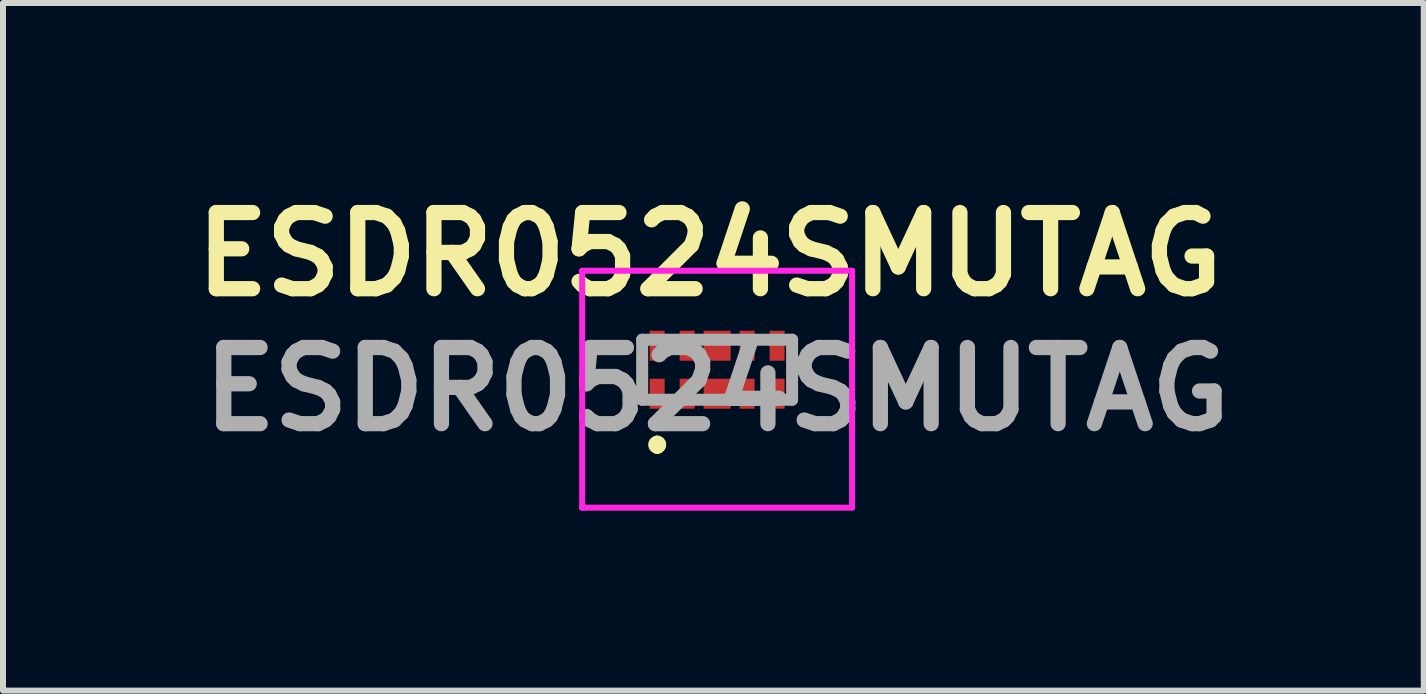
<source format=kicad_pcb>
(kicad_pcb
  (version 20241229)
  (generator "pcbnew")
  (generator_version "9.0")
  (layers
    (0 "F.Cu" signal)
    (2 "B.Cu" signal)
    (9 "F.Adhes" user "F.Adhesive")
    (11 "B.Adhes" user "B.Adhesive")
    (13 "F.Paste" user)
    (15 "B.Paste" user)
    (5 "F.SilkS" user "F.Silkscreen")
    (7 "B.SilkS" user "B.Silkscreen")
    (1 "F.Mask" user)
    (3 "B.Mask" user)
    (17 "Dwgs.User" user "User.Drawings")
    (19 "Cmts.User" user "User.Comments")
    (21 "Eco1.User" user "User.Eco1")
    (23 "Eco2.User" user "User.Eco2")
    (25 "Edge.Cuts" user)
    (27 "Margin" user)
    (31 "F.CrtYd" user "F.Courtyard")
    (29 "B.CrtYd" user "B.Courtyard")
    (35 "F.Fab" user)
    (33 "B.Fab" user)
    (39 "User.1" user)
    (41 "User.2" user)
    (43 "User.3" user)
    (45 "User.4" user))
  (footprint "ESDR0524SMUTAG"
    (layer "F.Cu")
    (at 8.906 3.114)
    (property "Reference" "ESDR0524SMUTAG" (at -0.125 -1.925 0) (layer "F.SilkS") (effects (font (size 1.27 1.27) (thickness 0.254))))
    (attr smd)
    (fp_line (start -1 1.2) (end -1 1.2) (stroke (width 0.2) (type solid)) (layer "F.SilkS"))
    (fp_line (start -1 1.3) (end -1 1.3) (stroke (width 0.2) (type solid)) (layer "F.SilkS"))
    (fp_line (start -1 1.3) (end -1 1.3) (stroke (width 0.2) (type solid)) (layer "F.SilkS"))
    (fp_arc (start -1 1.2) (mid -0.95 1.25) (end -1 1.3) (stroke (width 0.2) (type solid)) (layer "F.SilkS"))
    (fp_arc (start -1 1.2) (mid -0.95 1.25) (end -1 1.3) (stroke (width 0.2) (type solid)) (layer "F.SilkS"))
    (fp_arc (start -1 1.3) (mid -1.05 1.25) (end -1 1.2) (stroke (width 0.2) (type solid)) (layer "F.SilkS"))
    (fp_line (start -2.25 -1.65) (end 2.25 -1.65) (stroke (width 0.1) (type solid)) (layer "F.CrtYd"))
    (fp_line (start -2.25 2.3) (end -2.25 -1.65) (stroke (width 0.1) (type solid)) (layer "F.CrtYd"))
    (fp_line (start 2.25 -1.65) (end 2.25 2.3) (stroke (width 0.1) (type solid)) (layer "F.CrtYd"))
    (fp_line (start 2.25 2.3) (end -2.25 2.3) (stroke (width 0.1) (type solid)) (layer "F.CrtYd"))
    (fp_line (start -1.25 -0.5) (end -1.25 0.5) (stroke (width 0.2) (type solid)) (layer "F.Fab"))
    (fp_line (start -1.25 0.5) (end 1.25 0.5) (stroke (width 0.2) (type solid)) (layer "F.Fab"))
    (fp_line (start 1.25 -0.5) (end -1.25 -0.5) (stroke (width 0.2) (type solid)) (layer "F.Fab"))
    (fp_line (start 1.25 0.5) (end 1.25 -0.5) (stroke (width 0.2) (type solid)) (layer "F.Fab"))
    (fp_text user "${REFERENCE}" (at 0 0.325 0) (layer "F.Fab") (effects (font (size 1.27 1.27) (thickness 0.254))))
    (pad "1" smd rect (at -1 -0.4) (size 0.25 0.5) (layers "F.Cu" "F.Mask" "F.Paste"))
    (pad "1" smd rect (at -1 0.4) (size 0.25 0.5) (layers "F.Cu" "F.Mask" "F.Paste"))
    (pad "2" smd rect (at -0.5 -0.4) (size 0.25 0.5) (layers "F.Cu" "F.Mask" "F.Paste"))
    (pad "2" smd rect (at -0.5 0.4) (size 0.25 0.5) (layers "F.Cu" "F.Mask" "F.Paste"))
    (pad "3" smd rect (at 0 -0.4) (size 0.45 0.5) (layers "F.Cu" "F.Mask" "F.Paste"))
    (pad "3" smd rect (at 0 0.4) (size 0.45 0.5) (layers "F.Cu" "F.Mask" "F.Paste"))
    (pad "4" smd rect (at 0.5 -0.4) (size 0.25 0.5) (layers "F.Cu" "F.Mask" "F.Paste"))
    (pad "4" smd rect (at 0.5 0.4) (size 0.25 0.5) (layers "F.Cu" "F.Mask" "F.Paste"))
    (pad "5" smd rect (at 1 -0.4) (size 0.25 0.5) (layers "F.Cu" "F.Mask" "F.Paste"))
    (pad "5" smd rect (at 1 0.4) (size 0.25 0.5) (layers "F.Cu" "F.Mask" "F.Paste")))
  (gr_rect
    (start -3 -3)
    (end 20.687 8.464)
    (stroke (width 0.1) (type default))
    (fill no)
    (layer "Edge.Cuts")))
</source>
